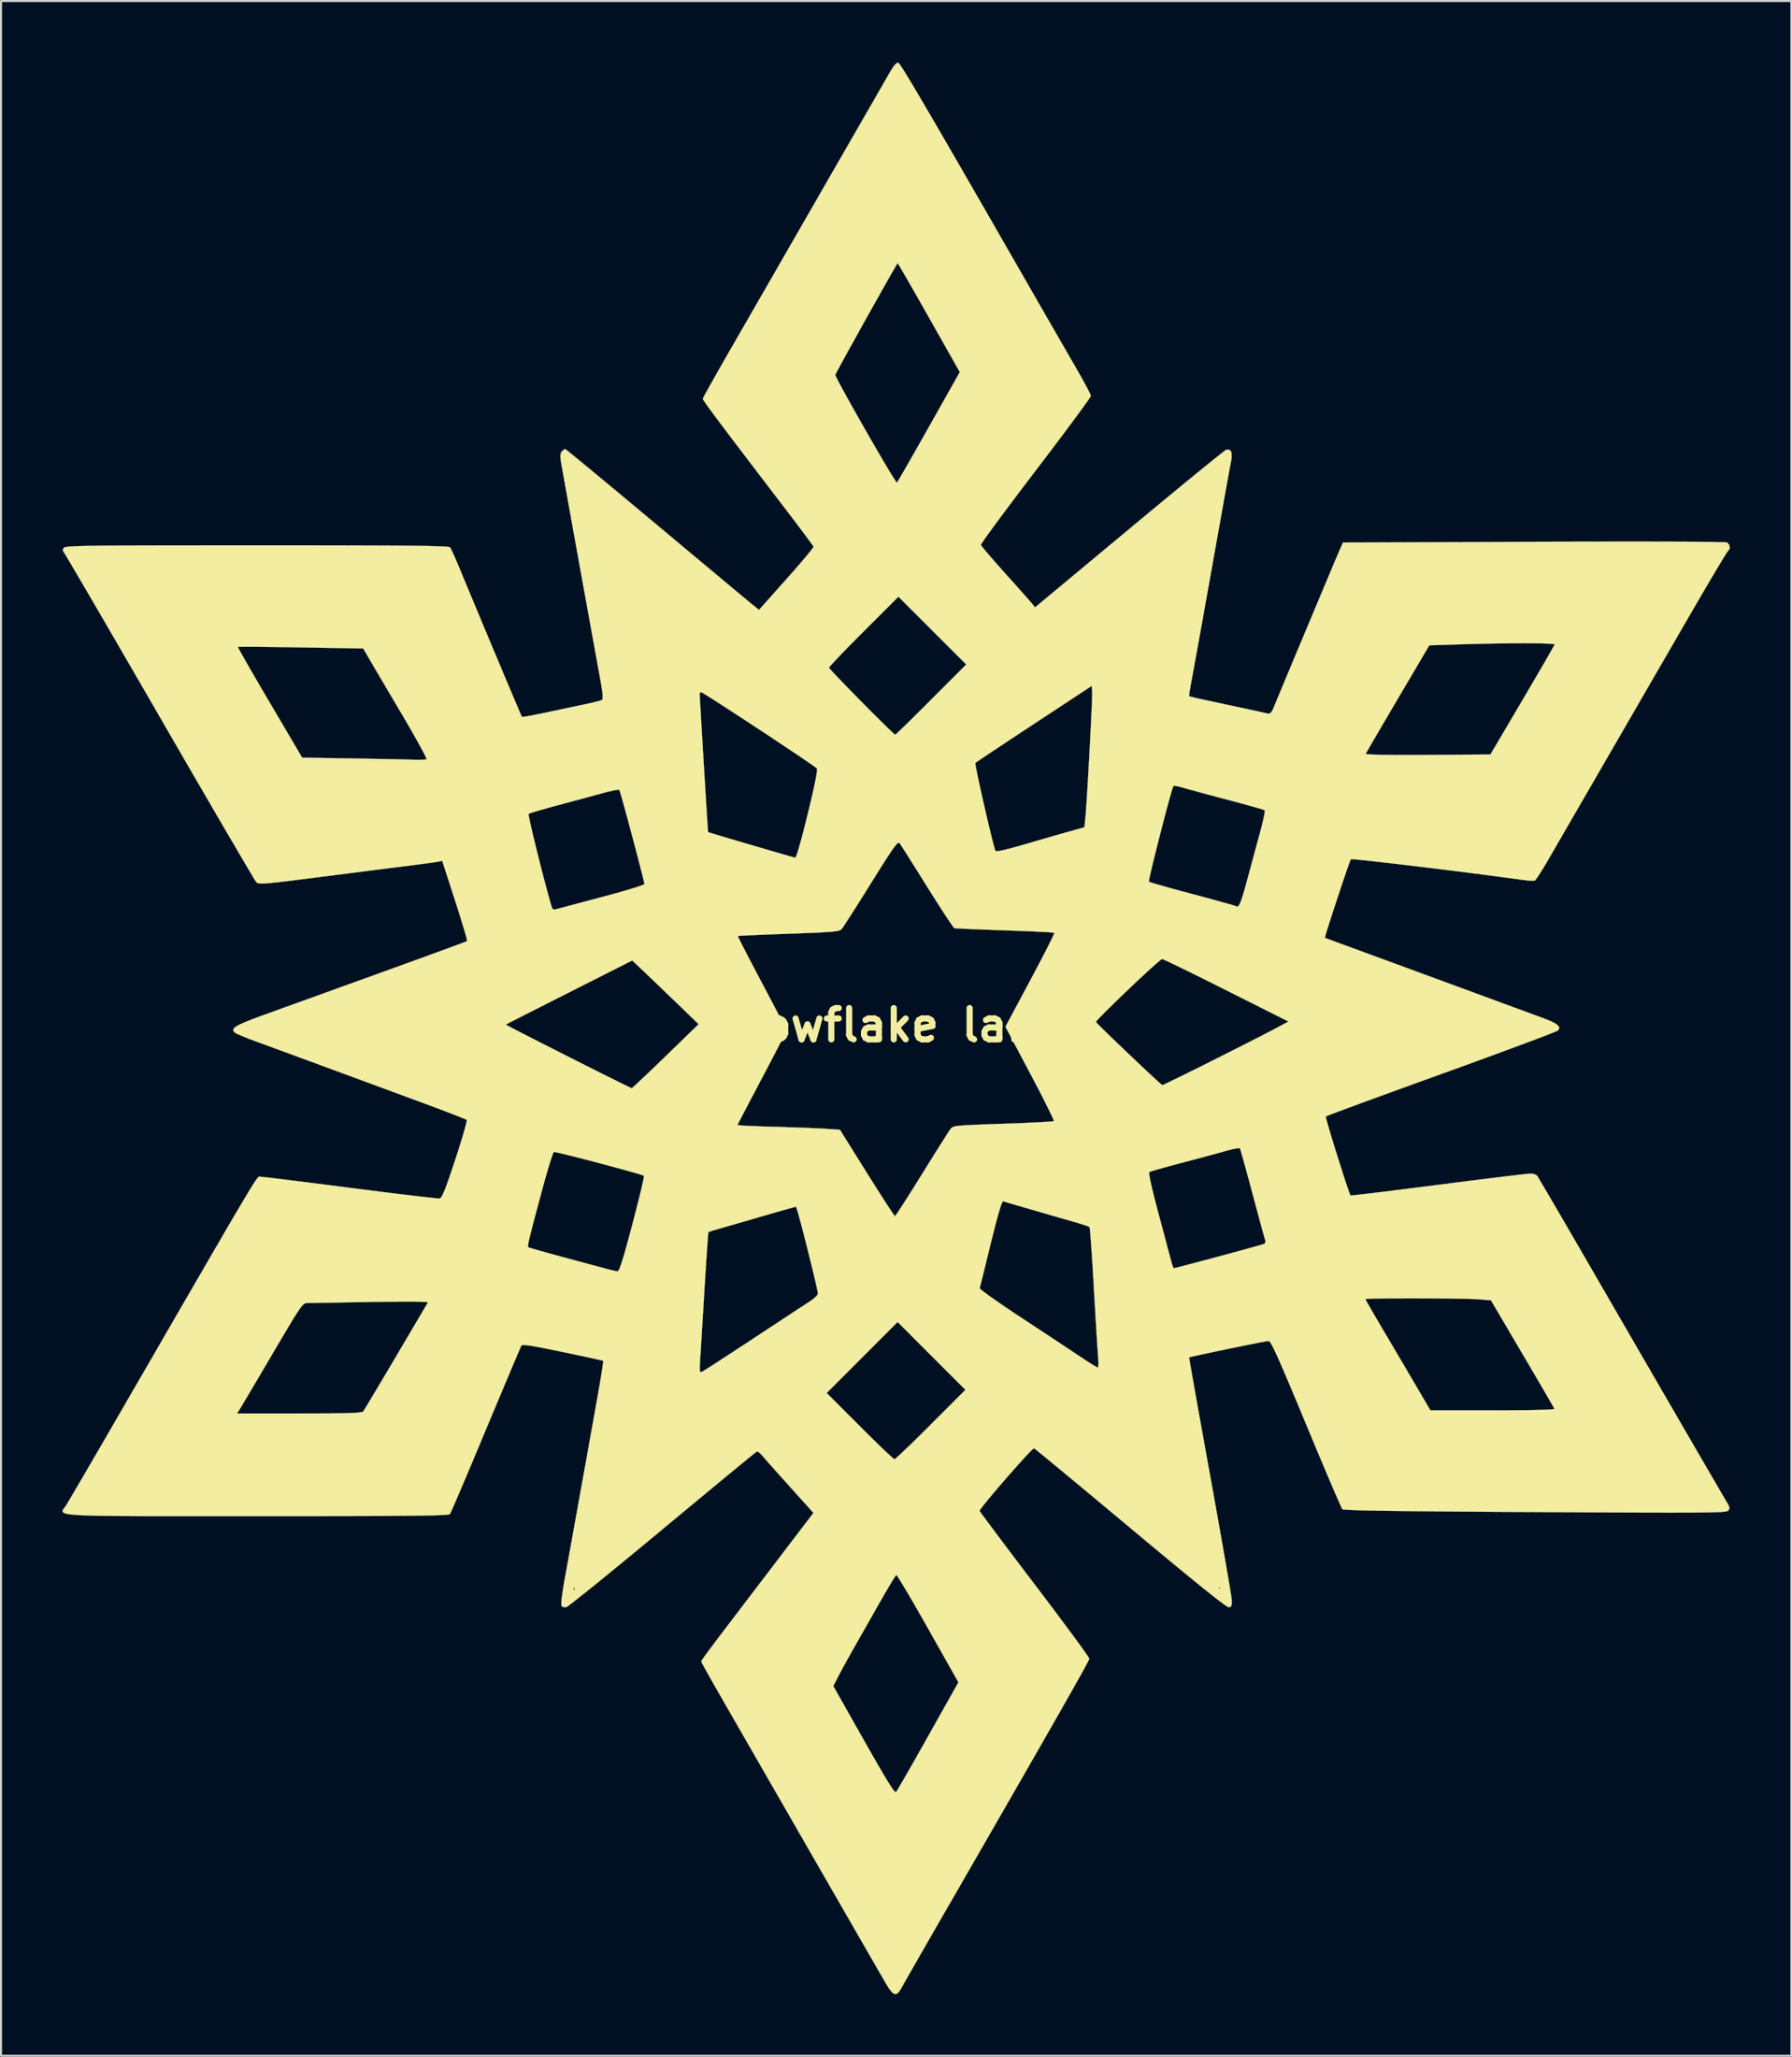
<source format=kicad_pcb>
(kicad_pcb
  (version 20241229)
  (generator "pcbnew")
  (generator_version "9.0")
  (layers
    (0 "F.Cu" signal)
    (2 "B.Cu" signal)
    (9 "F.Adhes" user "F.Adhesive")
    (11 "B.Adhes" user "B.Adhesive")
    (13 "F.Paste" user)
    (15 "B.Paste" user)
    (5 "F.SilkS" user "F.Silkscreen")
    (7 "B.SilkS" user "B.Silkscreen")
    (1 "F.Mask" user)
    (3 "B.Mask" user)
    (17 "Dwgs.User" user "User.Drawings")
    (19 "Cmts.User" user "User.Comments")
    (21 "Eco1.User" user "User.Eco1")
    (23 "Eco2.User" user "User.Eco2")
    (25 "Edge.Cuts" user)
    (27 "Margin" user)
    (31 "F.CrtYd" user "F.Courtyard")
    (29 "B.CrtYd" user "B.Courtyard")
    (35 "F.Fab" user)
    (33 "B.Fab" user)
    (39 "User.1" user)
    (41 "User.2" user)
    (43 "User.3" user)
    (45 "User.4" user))
  (footprint "snowflake large"
    (layer "F.Cu")
    (at 40.627 46.941)
    (property "Reference" "snowflake large" (at 0 0 0) (layer "F.SilkS") (effects (font (size 1.524 1.524) (thickness 0.3))))
    (attr through_hole)
    (fp_poly (pts (xy 0.172 -46.909) (xy 0.23 -46.835) (xy 0.317 -46.707) (xy 0.436 -46.52) (xy 0.591 -46.269) (xy 0.784 -45.949) (xy 1.019 -45.555) (xy 1.299 -45.081) (xy 1.626 -44.522) (xy 2.004 -43.874) (xy 2.436 -43.131) (xy 2.924 -42.287) (xy 3.472 -41.338) (xy 4.083 -40.279) (xy 4.76 -39.103) (xy 5.505 -37.807) (xy 6.323 -36.385) (xy 6.73 -35.675) (xy 7.084 -35.059) (xy 7.452 -34.421) (xy 7.815 -33.79) (xy 8.159 -33.194) (xy 8.465 -32.662) (xy 8.718 -32.224) (xy 8.8 -32.082) (xy 9.032 -31.677) (xy 9.234 -31.312) (xy 9.395 -31.011) (xy 9.502 -30.796) (xy 9.544 -30.689) (xy 9.544 -30.686) (xy 9.499 -30.606) (xy 9.368 -30.415) (xy 9.159 -30.125) (xy 8.882 -29.746) (xy 8.544 -29.289) (xy 8.154 -28.767) (xy 7.719 -28.19) (xy 7.249 -27.569) (xy 6.849 -27.044) (xy 6.357 -26.397) (xy 5.894 -25.785) (xy 5.469 -25.22) (xy 5.091 -24.712) (xy 4.766 -24.272) (xy 4.505 -23.913) (xy 4.314 -23.643) (xy 4.202 -23.476) (xy 4.175 -23.423) (xy 4.23 -23.342) (xy 4.374 -23.164) (xy 4.591 -22.907) (xy 4.867 -22.59) (xy 5.187 -22.229) (xy 5.349 -22.047) (xy 5.694 -21.663) (xy 6.012 -21.307) (xy 6.286 -20.998) (xy 6.499 -20.757) (xy 6.634 -20.603) (xy 6.663 -20.568) (xy 6.822 -20.375) (xy 11.428 -24.206) (xy 12.158 -24.813) (xy 12.856 -25.39) (xy 13.512 -25.932) (xy 14.116 -26.429) (xy 14.661 -26.875) (xy 15.136 -27.262) (xy 15.532 -27.582) (xy 15.84 -27.828) (xy 16.05 -27.993) (xy 16.154 -28.067) (xy 16.162 -28.071) (xy 16.323 -28.057) (xy 16.407 -27.916) (xy 16.41 -27.661) (xy 16.392 -27.554) (xy 16.362 -27.396) (xy 16.309 -27.108) (xy 16.236 -26.709) (xy 16.148 -26.22) (xy 16.047 -25.663) (xy 15.939 -25.057) (xy 15.862 -24.63) (xy 15.728 -23.882) (xy 15.581 -23.06) (xy 15.429 -22.209) (xy 15.28 -21.373) (xy 15.14 -20.595) (xy 15.02 -19.921) (xy 15.009 -19.858) (xy 14.899 -19.247) (xy 14.79 -18.642) (xy 14.687 -18.072) (xy 14.594 -17.566) (xy 14.519 -17.153) (xy 14.465 -16.864) (xy 14.405 -16.534) (xy 14.36 -16.266) (xy 14.336 -16.092) (xy 14.335 -16.042) (xy 14.414 -16.019) (xy 14.617 -15.97) (xy 14.917 -15.902) (xy 15.286 -15.821) (xy 15.472 -15.781) (xy 15.946 -15.679) (xy 16.442 -15.573) (xy 16.904 -15.474) (xy 17.278 -15.394) (xy 17.318 -15.385) (xy 17.649 -15.313) (xy 17.933 -15.25) (xy 18.13 -15.204) (xy 18.186 -15.19) (xy 18.296 -15.206) (xy 18.395 -15.339) (xy 18.443 -15.446) (xy 18.549 -15.701) (xy 18.7 -16.064) (xy 18.89 -16.519) (xy 19.111 -17.049) (xy 19.357 -17.637) (xy 19.62 -18.267) (xy 19.894 -18.92) (xy 20.171 -19.582) (xy 20.445 -20.234) (xy 20.708 -20.861) (xy 20.953 -21.446) (xy 21.174 -21.971) (xy 21.363 -22.419) (xy 21.513 -22.776) (xy 21.618 -23.022) (xy 21.668 -23.139) (xy 21.842 -23.533) (xy 31.145 -23.57) (xy 32.408 -23.574) (xy 33.611 -23.577) (xy 34.747 -23.579) (xy 35.807 -23.58) (xy 36.783 -23.579) (xy 37.667 -23.577) (xy 38.45 -23.574) (xy 39.123 -23.57) (xy 39.68 -23.565) (xy 40.111 -23.558) (xy 40.407 -23.551) (xy 40.562 -23.542) (xy 40.582 -23.539) (xy 40.682 -23.431) (xy 40.717 -23.285) (xy 40.675 -23.172) (xy 40.646 -23.155) (xy 40.594 -23.085) (xy 40.474 -22.895) (xy 40.291 -22.596) (xy 40.055 -22.203) (xy 39.773 -21.727) (xy 39.452 -21.181) (xy 39.099 -20.578) (xy 38.723 -19.931) (xy 38.637 -19.781) (xy 38.185 -19.001) (xy 37.675 -18.12) (xy 37.125 -17.17) (xy 36.555 -16.185) (xy 35.983 -15.196) (xy 35.427 -14.236) (xy 34.907 -13.338) (xy 34.582 -12.777) (xy 34.163 -12.052) (xy 33.748 -11.337) (xy 33.349 -10.647) (xy 32.974 -10) (xy 32.634 -9.412) (xy 32.339 -8.902) (xy 32.098 -8.485) (xy 31.92 -8.178) (xy 31.877 -8.103) (xy 31.667 -7.747) (xy 31.478 -7.441) (xy 31.326 -7.208) (xy 31.225 -7.073) (xy 31.199 -7.05) (xy 31.082 -7.042) (xy 30.861 -7.056) (xy 30.584 -7.089) (xy 30.584 -7.089) (xy 30.019 -7.167) (xy 29.386 -7.251) (xy 28.702 -7.341) (xy 27.982 -7.433) (xy 27.242 -7.526) (xy 26.498 -7.619) (xy 25.766 -7.708) (xy 25.061 -7.793) (xy 24.399 -7.871) (xy 23.797 -7.941) (xy 23.269 -8) (xy 22.833 -8.047) (xy 22.503 -8.079) (xy 22.296 -8.096) (xy 22.227 -8.095) (xy 22.191 -8.013) (xy 22.116 -7.809) (xy 22.011 -7.508) (xy 21.883 -7.133) (xy 21.74 -6.707) (xy 21.589 -6.254) (xy 21.438 -5.797) (xy 21.295 -5.36) (xy 21.169 -4.966) (xy 21.065 -4.638) (xy 20.993 -4.4) (xy 20.96 -4.276) (xy 20.959 -4.263) (xy 21.033 -4.234) (xy 21.23 -4.16) (xy 21.532 -4.048) (xy 21.918 -3.906) (xy 22.368 -3.741) (xy 22.668 -3.631) (xy 23.115 -3.467) (xy 23.681 -3.26) (xy 24.339 -3.019) (xy 25.063 -2.753) (xy 25.826 -2.472) (xy 26.603 -2.186) (xy 27.368 -1.905) (xy 27.632 -1.808) (xy 28.335 -1.549) (xy 29.018 -1.298) (xy 29.661 -1.061) (xy 30.247 -0.846) (xy 30.756 -0.659) (xy 31.169 -0.507) (xy 31.469 -0.397) (xy 31.592 -0.352) (xy 31.993 -0.193) (xy 32.252 -0.056) (xy 32.38 0.067) (xy 32.384 0.183) (xy 32.326 0.259) (xy 32.237 0.302) (xy 32.014 0.393) (xy 31.669 0.527) (xy 31.214 0.7) (xy 30.659 0.908) (xy 30.015 1.147) (xy 29.295 1.412) (xy 28.51 1.7) (xy 27.67 2.006) (xy 26.788 2.326) (xy 26.632 2.382) (xy 25.745 2.702) (xy 24.901 3.008) (xy 24.11 3.296) (xy 23.384 3.561) (xy 22.733 3.799) (xy 22.17 4.007) (xy 21.704 4.18) (xy 21.348 4.313) (xy 21.112 4.404) (xy 21.007 4.447) (xy 21.003 4.45) (xy 21.016 4.53) (xy 21.07 4.732) (xy 21.157 5.034) (xy 21.269 5.41) (xy 21.4 5.839) (xy 21.542 6.295) (xy 21.687 6.755) (xy 21.828 7.196) (xy 21.957 7.594) (xy 22.068 7.925) (xy 22.153 8.165) (xy 22.204 8.291) (xy 22.211 8.303) (xy 22.29 8.299) (xy 22.508 8.276) (xy 22.851 8.237) (xy 23.305 8.183) (xy 23.857 8.116) (xy 24.492 8.037) (xy 25.197 7.949) (xy 25.959 7.852) (xy 26.497 7.783) (xy 27.296 7.681) (xy 28.055 7.585) (xy 28.759 7.497) (xy 29.393 7.418) (xy 29.943 7.352) (xy 30.393 7.298) (xy 30.729 7.26) (xy 30.936 7.239) (xy 30.994 7.235) (xy 31.187 7.264) (xy 31.309 7.331) (xy 31.36 7.414) (xy 31.482 7.617) (xy 31.667 7.931) (xy 31.908 8.342) (xy 32.199 8.84) (xy 32.533 9.412) (xy 32.902 10.047) (xy 33.3 10.733) (xy 33.72 11.458) (xy 33.749 11.507) (xy 34.633 13.033) (xy 35.464 14.468) (xy 36.241 15.81) (xy 36.962 17.053) (xy 37.624 18.196) (xy 38.227 19.235) (xy 38.768 20.167) (xy 39.245 20.989) (xy 39.656 21.696) (xy 40 22.286) (xy 40.274 22.757) (xy 40.477 23.103) (xy 40.607 23.323) (xy 40.66 23.412) (xy 40.703 23.554) (xy 40.642 23.665) (xy 40.618 23.684) (xy 40.572 23.701) (xy 40.497 23.715) (xy 40.384 23.728) (xy 40.225 23.739) (xy 40.013 23.748) (xy 39.738 23.755) (xy 39.394 23.76) (xy 38.972 23.764) (xy 38.464 23.766) (xy 37.862 23.767) (xy 37.158 23.766) (xy 36.344 23.764) (xy 35.411 23.76) (xy 34.352 23.756) (xy 33.159 23.75) (xy 31.823 23.743) (xy 31.218 23.739) (xy 29.706 23.731) (xy 28.342 23.722) (xy 27.123 23.713) (xy 26.043 23.703) (xy 25.098 23.694) (xy 24.284 23.684) (xy 23.594 23.674) (xy 23.024 23.663) (xy 22.57 23.651) (xy 22.227 23.639) (xy 21.989 23.626) (xy 21.853 23.612) (xy 21.814 23.601) (xy 21.769 23.516) (xy 21.672 23.301) (xy 21.527 22.97) (xy 21.339 22.536) (xy 21.115 22.011) (xy 20.861 21.409) (xy 20.58 20.742) (xy 20.28 20.024) (xy 20.043 19.455) (xy 19.673 18.565) (xy 19.356 17.808) (xy 19.087 17.175) (xy 18.864 16.655) (xy 18.681 16.24) (xy 18.535 15.92) (xy 18.42 15.685) (xy 18.333 15.526) (xy 18.269 15.433) (xy 18.224 15.396) (xy 18.215 15.395) (xy 18.114 15.41) (xy 17.891 15.451) (xy 17.569 15.514) (xy 17.173 15.593) (xy 16.729 15.683) (xy 16.261 15.779) (xy 15.794 15.877) (xy 15.353 15.97) (xy 14.962 16.053) (xy 14.646 16.123) (xy 14.429 16.172) (xy 14.338 16.197) (xy 14.337 16.198) (xy 14.347 16.274) (xy 14.383 16.49) (xy 14.443 16.834) (xy 14.524 17.294) (xy 14.624 17.859) (xy 14.741 18.517) (xy 14.873 19.256) (xy 15.019 20.065) (xy 15.175 20.932) (xy 15.34 21.845) (xy 15.358 21.942) (xy 15.525 22.869) (xy 15.685 23.758) (xy 15.834 24.598) (xy 15.972 25.375) (xy 16.094 26.077) (xy 16.2 26.69) (xy 16.288 27.204) (xy 16.354 27.604) (xy 16.397 27.878) (xy 16.414 28.015) (xy 16.415 28.017) (xy 16.416 28.235) (xy 16.379 28.343) (xy 16.289 28.383) (xy 16.279 28.385) (xy 16.201 28.35) (xy 16.031 28.236) (xy 15.767 28.038) (xy 15.405 27.756) (xy 15.01 27.44) (xy 15.779 27.44) (xy 15.817 27.478) (xy 15.856 27.44) (xy 15.817 27.401) (xy 15.779 27.44) (xy 15.01 27.44) (xy 14.944 27.386) (xy 14.379 26.927) (xy 13.707 26.376) (xy 12.927 25.731) (xy 12.035 24.989) (xy 11.47 24.517) (xy 10.739 23.907) (xy 10.042 23.326) (xy 9.388 22.782) (xy 8.787 22.282) (xy 8.246 21.834) (xy 7.776 21.446) (xy 7.385 21.124) (xy 7.082 20.876) (xy 6.877 20.71) (xy 6.777 20.633) (xy 6.769 20.628) (xy 6.696 20.683) (xy 6.54 20.838) (xy 6.32 21.072) (xy 6.052 21.367) (xy 5.751 21.705) (xy 5.434 22.066) (xy 5.118 22.431) (xy 4.818 22.783) (xy 4.552 23.101) (xy 4.335 23.368) (xy 4.184 23.564) (xy 4.115 23.671) (xy 4.113 23.683) (xy 4.165 23.761) (xy 4.303 23.951) (xy 4.517 24.24) (xy 4.799 24.618) (xy 5.141 25.073) (xy 5.533 25.595) (xy 5.969 26.171) (xy 6.438 26.79) (xy 6.809 27.279) (xy 7.299 27.924) (xy 7.759 28.535) (xy 8.181 29.099) (xy 8.558 29.607) (xy 8.881 30.046) (xy 9.141 30.405) (xy 9.331 30.674) (xy 9.441 30.84) (xy 9.467 30.89) (xy 9.444 30.949) (xy 9.372 31.091) (xy 9.25 31.318) (xy 9.076 31.634) (xy 8.847 32.043) (xy 8.563 32.547) (xy 8.221 33.15) (xy 7.819 33.856) (xy 7.355 34.667) (xy 6.828 35.588) (xy 6.235 36.621) (xy 5.575 37.77) (xy 4.845 39.038) (xy 4.044 40.429) (xy 3.17 41.946) (xy 2.22 43.592) (xy 2.07 43.853) (xy 1.718 44.463) (xy 1.386 45.041) (xy 1.081 45.572) (xy 0.813 46.041) (xy 0.591 46.431) (xy 0.424 46.726) (xy 0.321 46.91) (xy 0.299 46.951) (xy 0.162 47.165) (xy 0.031 47.251) (xy -0.109 47.203) (xy -0.273 47.018) (xy -0.448 46.74) (xy -0.556 46.554) (xy -0.733 46.247) (xy -0.974 45.829) (xy -1.272 45.313) (xy -1.619 44.71) (xy -2.01 44.031) (xy -2.438 43.288) (xy -2.895 42.494) (xy -3.376 41.659) (xy -3.874 40.794) (xy -4.381 39.913) (xy -4.892 39.026) (xy -5.399 38.144) (xy -5.896 37.28) (xy -6.377 36.446) (xy -6.834 35.651) (xy -7.261 34.91) (xy -7.65 34.232) (xy -7.997 33.629) (xy -8.293 33.114) (xy -8.532 32.697) (xy -8.708 32.391) (xy -8.787 32.254) (xy -8.803 32.226) (xy -3.023 32.226) (xy -1.535 34.857) (xy -1.144 35.546) (xy -0.82 36.11) (xy -0.558 36.558) (xy -0.352 36.899) (xy -0.195 37.144) (xy -0.082 37.302) (xy -0.006 37.382) (xy 0.038 37.394) (xy 0.042 37.39) (xy 0.099 37.303) (xy 0.222 37.097) (xy 0.403 36.786) (xy 0.632 36.387) (xy 0.902 35.913) (xy 1.204 35.381) (xy 1.529 34.805) (xy 1.607 34.666) (xy 3.082 32.041) (xy 1.599 29.413) (xy 1.27 28.835) (xy 0.964 28.301) (xy 0.688 27.828) (xy 0.451 27.427) (xy 0.262 27.115) (xy 0.128 26.904) (xy 0.058 26.81) (xy 0.052 26.807) (xy -0.003 26.877) (xy -0.122 27.062) (xy -0.292 27.343) (xy -0.502 27.7) (xy -0.741 28.114) (xy -0.862 28.327) (xy -1.14 28.818) (xy -1.422 29.315) (xy -1.689 29.785) (xy -1.922 30.195) (xy -2.101 30.51) (xy -2.127 30.557) (xy -2.331 30.919) (xy -2.535 31.29) (xy -2.709 31.615) (xy -2.783 31.757) (xy -3.023 32.226) (xy -8.803 32.226) (xy -9.006 31.869) (xy -9.196 31.53) (xy -9.344 31.26) (xy -9.439 31.081) (xy -9.467 31.017) (xy -9.423 30.944) (xy -9.298 30.767) (xy -9.108 30.507) (xy -8.866 30.183) (xy -8.587 29.812) (xy -8.524 29.73) (xy -8.251 29.372) (xy -7.903 28.915) (xy -7.499 28.384) (xy -7.057 27.804) (xy -6.595 27.198) (xy -6.133 26.592) (xy -5.786 26.136) (xy -3.991 23.78) (xy -5.209 22.427) (xy -5.56 22.036) (xy -5.882 21.676) (xy -6.159 21.365) (xy -6.374 21.121) (xy -6.512 20.963) (xy -6.55 20.917) (xy -6.671 20.81) (xy -6.756 20.791) (xy -6.827 20.844) (xy -7.006 20.987) (xy -7.286 21.215) (xy -7.656 21.517) (xy -8.107 21.888) (xy -8.63 22.319) (xy -9.216 22.804) (xy -9.855 23.333) (xy -10.539 23.9) (xy -11.257 24.496) (xy -11.366 24.587) (xy -12.09 25.188) (xy -12.784 25.761) (xy -13.436 26.297) (xy -14.038 26.789) (xy -14.58 27.229) (xy -15.053 27.61) (xy -15.447 27.923) (xy -15.753 28.162) (xy -15.961 28.319) (xy -16.061 28.385) (xy -16.066 28.386) (xy -16.231 28.365) (xy -16.288 28.292) (xy -16.292 28.173) (xy -16.27 27.934) (xy -16.226 27.606) (xy -16.205 27.478) (xy -15.702 27.478) (xy -15.674 27.542) (xy -15.651 27.529) (xy -15.641 27.438) (xy -15.651 27.427) (xy -15.696 27.437) (xy -15.702 27.478) (xy -16.205 27.478) (xy -16.163 27.219) (xy -16.137 27.07) (xy -16.054 26.615) (xy -15.948 26.031) (xy -15.823 25.342) (xy -15.684 24.572) (xy -15.534 23.743) (xy -15.379 22.88) (xy -15.222 22.006) (xy -15.066 21.144) (xy -14.918 20.316) (xy -14.78 19.548) (xy -14.657 18.862) (xy -14.554 18.281) (xy -14.502 17.99) (xy -14.492 17.934) (xy -3.347 17.934) (xy -1.732 19.55) (xy -1.322 19.958) (xy -0.945 20.328) (xy -0.615 20.647) (xy -0.346 20.901) (xy -0.153 21.077) (xy -0.05 21.161) (xy -0.039 21.167) (xy 0.033 21.114) (xy 0.2 20.965) (xy 0.447 20.733) (xy 0.761 20.432) (xy 1.128 20.073) (xy 1.534 19.671) (xy 1.732 19.473) (xy 3.424 17.78) (xy 1.769 16.125) (xy 0.115 14.47) (xy -1.616 16.202) (xy -3.347 17.934) (xy -14.492 17.934) (xy -14.419 17.514) (xy -14.349 17.092) (xy -14.3 16.785) (xy -9.537 16.785) (xy -9.519 16.893) (xy -9.479 16.921) (xy -9.454 16.915) (xy -9.367 16.864) (xy -9.166 16.738) (xy -8.866 16.547) (xy -8.484 16.299) (xy -8.033 16.006) (xy -7.528 15.676) (xy -6.985 15.319) (xy -6.962 15.304) (xy -6.402 14.935) (xy -5.866 14.583) (xy -5.373 14.258) (xy -4.939 13.973) (xy -4.582 13.739) (xy -4.32 13.568) (xy -4.176 13.474) (xy -3.964 13.32) (xy -3.817 13.181) (xy -3.772 13.099) (xy -3.789 12.981) (xy -3.822 12.825) (xy 4.119 12.825) (xy 4.174 12.886) (xy 4.344 13.021) (xy 4.613 13.218) (xy 4.967 13.466) (xy 5.39 13.756) (xy 5.867 14.077) (xy 6.183 14.285) (xy 6.733 14.647) (xy 7.28 15.007) (xy 7.8 15.351) (xy 8.271 15.662) (xy 8.667 15.925) (xy 8.967 16.124) (xy 9.044 16.176) (xy 9.348 16.376) (xy 9.607 16.542) (xy 9.793 16.654) (xy 9.88 16.697) (xy 9.88 16.697) (xy 9.908 16.631) (xy 9.915 16.451) (xy 9.901 16.221) (xy 9.887 16.035) (xy 9.865 15.716) (xy 9.837 15.284) (xy 9.805 14.759) (xy 9.769 14.164) (xy 9.731 13.517) (xy 9.722 13.357) (xy 22.937 13.357) (xy 22.974 13.432) (xy 23.08 13.621) (xy 23.241 13.903) (xy 23.449 14.26) (xy 23.691 14.673) (xy 23.834 14.916) (xy 24.148 15.447) (xy 24.488 16.023) (xy 24.828 16.6) (xy 25.142 17.135) (xy 25.405 17.583) (xy 25.419 17.607) (xy 26.107 18.781) (xy 29.146 18.781) (xy 29.952 18.779) (xy 30.644 18.773) (xy 31.215 18.765) (xy 31.658 18.753) (xy 31.966 18.738) (xy 32.132 18.72) (xy 32.161 18.707) (xy 32.117 18.626) (xy 32.004 18.428) (xy 31.829 18.126) (xy 31.602 17.736) (xy 31.331 17.272) (xy 31.025 16.748) (xy 30.691 16.181) (xy 30.598 16.023) (xy 29.062 13.413) (xy 28.443 13.365) (xy 28.215 13.353) (xy 27.879 13.342) (xy 27.455 13.334) (xy 26.964 13.327) (xy 26.426 13.322) (xy 25.864 13.319) (xy 25.297 13.317) (xy 24.746 13.318) (xy 24.232 13.32) (xy 23.776 13.325) (xy 23.399 13.331) (xy 23.122 13.339) (xy 22.965 13.35) (xy 22.937 13.357) (xy 9.722 13.357) (xy 9.692 12.84) (xy 9.691 12.815) (xy 9.653 12.16) (xy 9.615 11.552) (xy 9.58 11.011) (xy 9.547 10.553) (xy 9.519 10.194) (xy 9.496 9.952) (xy 9.479 9.845) (xy 9.478 9.841) (xy 9.386 9.8) (xy 9.183 9.73) (xy 8.901 9.642) (xy 8.736 9.594) (xy 8.284 9.464) (xy 7.794 9.323) (xy 7.29 9.178) (xy 6.796 9.034) (xy 6.333 8.9) (xy 5.925 8.781) (xy 5.595 8.685) (xy 5.366 8.617) (xy 5.261 8.585) (xy 5.26 8.585) (xy 5.212 8.648) (xy 5.134 8.861) (xy 5.026 9.222) (xy 4.889 9.728) (xy 4.724 10.378) (xy 4.658 10.646) (xy 4.524 11.193) (xy 4.401 11.693) (xy 4.294 12.126) (xy 4.208 12.472) (xy 4.148 12.71) (xy 4.12 12.821) (xy 4.119 12.825) (xy -3.822 12.825) (xy -3.839 12.743) (xy -3.915 12.41) (xy -4.012 12.005) (xy -4.123 11.549) (xy -4.243 11.066) (xy -4.365 10.579) (xy -4.486 10.111) (xy -4.597 9.685) (xy -4.695 9.324) (xy -4.772 9.051) (xy -4.824 8.888) (xy -4.841 8.852) (xy -4.929 8.872) (xy -5.141 8.93) (xy -5.457 9.019) (xy -5.855 9.132) (xy -6.311 9.264) (xy -6.509 9.321) (xy -7.017 9.469) (xy -7.507 9.611) (xy -7.949 9.739) (xy -8.311 9.843) (xy -8.564 9.916) (xy -8.605 9.927) (xy -8.856 10.001) (xy -9.041 10.061) (xy -9.116 10.093) (xy -9.126 10.174) (xy -9.145 10.391) (xy -9.17 10.726) (xy -9.2 11.162) (xy -9.234 11.681) (xy -9.271 12.266) (xy -9.305 12.815) (xy -9.345 13.482) (xy -9.384 14.131) (xy -9.422 14.74) (xy -9.455 15.284) (xy -9.484 15.738) (xy -9.505 16.08) (xy -9.516 16.233) (xy -9.535 16.573) (xy -9.537 16.785) (xy -14.3 16.785) (xy -14.294 16.747) (xy -14.259 16.501) (xy -14.246 16.376) (xy -14.248 16.365) (xy -14.328 16.344) (xy -14.539 16.295) (xy -14.86 16.224) (xy -15.271 16.135) (xy -15.752 16.033) (xy -16.229 15.933) (xy -16.854 15.804) (xy -17.343 15.708) (xy -17.71 15.642) (xy -17.969 15.605) (xy -18.135 15.594) (xy -18.222 15.607) (xy -18.24 15.621) (xy -18.28 15.708) (xy -18.373 15.925) (xy -18.515 16.257) (xy -18.7 16.692) (xy -18.921 17.217) (xy -19.174 17.818) (xy -19.454 18.484) (xy -19.754 19.2) (xy -19.976 19.731) (xy -20.287 20.476) (xy -20.583 21.178) (xy -20.856 21.827) (xy -21.102 22.407) (xy -21.316 22.907) (xy -21.491 23.314) (xy -21.621 23.614) (xy -21.703 23.794) (xy -21.727 23.841) (xy -21.768 23.856) (xy -21.87 23.87) (xy -22.04 23.882) (xy -22.285 23.892) (xy -22.612 23.902) (xy -23.028 23.91) (xy -23.54 23.916) (xy -24.154 23.922) (xy -24.878 23.927) (xy -25.717 23.931) (xy -26.68 23.934) (xy -27.773 23.936) (xy -29.002 23.937) (xy -30.375 23.937) (xy -31.134 23.938) (xy -32.557 23.938) (xy -33.834 23.938) (xy -34.972 23.938) (xy -35.979 23.937) (xy -36.863 23.936) (xy -37.631 23.932) (xy -38.291 23.927) (xy -38.85 23.919) (xy -39.316 23.908) (xy -39.698 23.894) (xy -40.001 23.877) (xy -40.235 23.855) (xy -40.406 23.829) (xy -40.522 23.798) (xy -40.592 23.761) (xy -40.622 23.719) (xy -40.62 23.671) (xy -40.594 23.616) (xy -40.551 23.554) (xy -40.499 23.484) (xy -40.457 23.424) (xy -40.384 23.303) (xy -40.241 23.063) (xy -40.036 22.715) (xy -39.777 22.273) (xy -39.472 21.75) (xy -39.128 21.159) (xy -38.752 20.513) (xy -38.353 19.825) (xy -38.06 19.319) (xy -37.837 18.935) (xy -32.114 18.935) (xy -29.074 18.935) (xy -28.267 18.933) (xy -27.601 18.93) (xy -27.067 18.923) (xy -26.652 18.914) (xy -26.345 18.901) (xy -26.134 18.884) (xy -26.008 18.863) (xy -25.957 18.838) (xy -25.907 18.758) (xy -25.787 18.562) (xy -25.61 18.266) (xy -25.383 17.886) (xy -25.117 17.44) (xy -24.821 16.942) (xy -24.506 16.411) (xy -24.181 15.861) (xy -23.855 15.31) (xy -23.539 14.773) (xy -23.241 14.268) (xy -22.973 13.811) (xy -22.799 13.515) (xy -22.863 13.498) (xy -23.07 13.486) (xy -23.409 13.479) (xy -23.868 13.477) (xy -24.437 13.48) (xy -25.105 13.487) (xy -25.599 13.495) (xy -26.256 13.507) (xy -26.872 13.518) (xy -27.429 13.527) (xy -27.907 13.535) (xy -28.288 13.541) (xy -28.553 13.545) (xy -28.683 13.546) (xy -28.747 13.55) (xy -28.809 13.57) (xy -28.877 13.617) (xy -28.96 13.705) (xy -29.065 13.846) (xy -29.203 14.053) (xy -29.381 14.337) (xy -29.607 14.712) (xy -29.891 15.189) (xy -30.241 15.782) (xy -30.409 16.067) (xy -30.746 16.64) (xy -31.062 17.176) (xy -31.348 17.659) (xy -31.594 18.075) (xy -31.791 18.407) (xy -31.93 18.639) (xy -32 18.756) (xy -32.004 18.761) (xy -32.114 18.935) (xy -37.837 18.935) (xy -37.203 17.839) (xy -36.419 16.486) (xy -35.706 15.254) (xy -35.061 14.139) (xy -34.478 13.133) (xy -33.956 12.233) (xy -33.491 11.431) (xy -33.122 10.795) (xy -17.922 10.795) (xy -17.914 10.821) (xy -17.831 10.852) (xy -17.621 10.916) (xy -17.305 11.007) (xy -16.904 11.119) (xy -16.439 11.247) (xy -16.153 11.324) (xy -15.636 11.463) (xy -15.147 11.595) (xy -14.712 11.712) (xy -14.358 11.807) (xy -14.114 11.874) (xy -14.047 11.892) (xy -13.803 11.954) (xy -13.61 11.994) (xy -13.547 12.002) (xy -13.502 11.966) (xy -13.443 11.847) (xy -13.366 11.634) (xy -13.266 11.316) (xy -13.141 10.881) (xy -12.987 10.318) (xy -12.822 9.698) (xy -12.673 9.127) (xy -12.54 8.604) (xy -12.427 8.148) (xy -12.34 7.777) (xy -12.282 7.51) (xy -12.257 7.364) (xy -12.259 7.343) (xy -12.346 7.308) (xy -12.56 7.242) (xy -12.876 7.151) (xy -13.273 7.041) (xy -13.726 6.917) (xy -14.214 6.786) (xy -14.713 6.654) (xy -15.2 6.527) (xy -15.652 6.411) (xy -16.047 6.313) (xy -16.361 6.237) (xy -16.572 6.191) (xy -16.655 6.18) (xy -16.697 6.259) (xy -16.771 6.465) (xy -16.871 6.777) (xy -16.989 7.173) (xy -17.119 7.631) (xy -17.18 7.856) (xy -17.383 8.608) (xy -17.548 9.224) (xy -17.678 9.717) (xy -17.777 10.101) (xy -17.848 10.388) (xy -17.893 10.59) (xy -17.917 10.722) (xy -17.922 10.795) (xy -33.122 10.795) (xy -33.079 10.723) (xy -32.718 10.102) (xy -32.403 9.562) (xy -32.131 9.099) (xy -31.899 8.706) (xy -31.703 8.377) (xy -31.541 8.107) (xy -31.408 7.891) (xy -31.301 7.722) (xy -31.218 7.594) (xy -31.153 7.503) (xy -31.105 7.441) (xy -31.07 7.404) (xy -31.044 7.386) (xy -31.023 7.382) (xy -31.005 7.384) (xy -30.987 7.388) (xy -30.975 7.389) (xy -30.867 7.399) (xy -30.621 7.426) (xy -30.251 7.47) (xy -29.772 7.529) (xy -29.199 7.6) (xy -28.546 7.682) (xy -27.827 7.773) (xy -27.057 7.871) (xy -26.585 7.932) (xy -25.794 8.033) (xy -25.046 8.127) (xy -24.356 8.213) (xy -23.737 8.288) (xy -23.205 8.351) (xy -22.774 8.4) (xy -22.459 8.434) (xy -22.272 8.45) (xy -22.229 8.451) (xy -22.174 8.417) (xy -22.109 8.323) (xy -22.028 8.152) (xy -21.924 7.891) (xy -21.791 7.524) (xy -21.625 7.037) (xy -21.464 6.554) (xy -21.298 6.044) (xy -21.155 5.583) (xy -21.038 5.189) (xy -20.955 4.882) (xy -20.952 4.869) (xy -7.697 4.869) (xy -7.624 4.881) (xy -7.417 4.896) (xy -7.1 4.912) (xy -6.691 4.929) (xy -6.214 4.945) (xy -5.869 4.955) (xy -5.307 4.972) (xy -4.753 4.991) (xy -4.24 5.01) (xy -3.802 5.029) (xy -3.471 5.046) (xy -3.37 5.053) (xy -2.699 5.099) (xy -1.382 7.206) (xy -1.062 7.716) (xy -0.766 8.182) (xy -0.506 8.587) (xy -0.29 8.917) (xy -0.13 9.156) (xy -0.035 9.288) (xy -0.013 9.31) (xy 0.038 9.247) (xy 0.161 9.068) (xy 0.343 8.789) (xy 0.576 8.426) (xy 0.848 7.995) (xy 1.151 7.511) (xy 1.308 7.258) (xy 1.314 7.249) (xy 12.387 7.249) (xy 12.424 7.487) (xy 12.508 7.87) (xy 12.636 8.396) (xy 12.81 9.065) (xy 12.857 9.242) (xy 13.005 9.793) (xy 13.143 10.309) (xy 13.265 10.767) (xy 13.366 11.145) (xy 13.439 11.419) (xy 13.477 11.565) (xy 13.534 11.748) (xy 13.583 11.848) (xy 13.592 11.853) (xy 13.674 11.834) (xy 13.885 11.78) (xy 14.207 11.696) (xy 14.621 11.587) (xy 15.109 11.458) (xy 15.65 11.313) (xy 15.791 11.275) (xy 16.345 11.126) (xy 16.852 10.988) (xy 17.291 10.867) (xy 17.645 10.767) (xy 17.893 10.695) (xy 18.016 10.656) (xy 18.024 10.652) (xy 18.066 10.552) (xy 18.053 10.487) (xy 18.022 10.384) (xy 17.956 10.153) (xy 17.862 9.812) (xy 17.745 9.383) (xy 17.61 8.884) (xy 17.463 8.336) (xy 17.431 8.216) (xy 17.283 7.664) (xy 17.146 7.16) (xy 17.026 6.723) (xy 16.928 6.374) (xy 16.858 6.13) (xy 16.821 6.012) (xy 16.818 6.004) (xy 16.732 5.996) (xy 16.537 6.027) (xy 16.27 6.092) (xy 16.184 6.115) (xy 15.921 6.189) (xy 15.544 6.292) (xy 15.086 6.416) (xy 14.584 6.55) (xy 14.071 6.686) (xy 14.032 6.696) (xy 13.562 6.821) (xy 13.142 6.936) (xy 12.793 7.033) (xy 12.541 7.107) (xy 12.408 7.151) (xy 12.395 7.156) (xy 12.387 7.249) (xy 1.314 7.249) (xy 1.627 6.745) (xy 1.924 6.269) (xy 2.19 5.847) (xy 2.412 5.496) (xy 2.581 5.234) (xy 2.684 5.078) (xy 2.706 5.048) (xy 2.749 5.003) (xy 2.807 4.966) (xy 2.898 4.937) (xy 3.039 4.912) (xy 3.247 4.892) (xy 3.537 4.873) (xy 3.927 4.855) (xy 4.432 4.835) (xy 5.071 4.813) (xy 5.263 4.807) (xy 5.859 4.786) (xy 6.406 4.763) (xy 6.883 4.741) (xy 7.273 4.72) (xy 7.556 4.701) (xy 7.714 4.684) (xy 7.74 4.678) (xy 7.717 4.6) (xy 7.629 4.404) (xy 7.484 4.104) (xy 7.291 3.717) (xy 7.057 3.258) (xy 6.79 2.745) (xy 6.582 2.351) (xy 5.376 0.074) (xy 5.499 -0.156) (xy 9.792 -0.156) (xy 9.854 -0.085) (xy 10.011 0.073) (xy 10.244 0.303) (xy 10.537 0.587) (xy 10.872 0.91) (xy 11.233 1.255) (xy 11.603 1.606) (xy 11.963 1.947) (xy 12.297 2.261) (xy 12.588 2.532) (xy 12.819 2.743) (xy 12.972 2.879) (xy 13.029 2.923) (xy 13.11 2.89) (xy 13.312 2.795) (xy 13.619 2.647) (xy 14.015 2.453) (xy 14.484 2.221) (xy 15.011 1.96) (xy 15.492 1.718) (xy 16.088 1.419) (xy 16.668 1.125) (xy 17.212 0.85) (xy 17.698 0.602) (xy 18.103 0.394) (xy 18.407 0.237) (xy 18.54 0.166) (xy 19.185 -0.179) (xy 16.154 -1.702) (xy 15.519 -2.02) (xy 14.925 -2.316) (xy 14.385 -2.582) (xy 13.915 -2.812) (xy 13.529 -2.998) (xy 13.241 -3.134) (xy 13.066 -3.212) (xy 13.019 -3.229) (xy 12.941 -3.179) (xy 12.773 -3.038) (xy 12.53 -2.823) (xy 12.23 -2.55) (xy 11.891 -2.235) (xy 11.529 -1.894) (xy 11.161 -1.544) (xy 10.805 -1.2) (xy 10.477 -0.88) (xy 10.195 -0.599) (xy 9.975 -0.374) (xy 9.835 -0.221) (xy 9.792 -0.156) (xy 5.499 -0.156) (xy 6.025 -1.137) (xy 6.482 -1.991) (xy 6.866 -2.714) (xy 7.179 -3.309) (xy 7.422 -3.781) (xy 7.598 -4.133) (xy 7.709 -4.368) (xy 7.755 -4.489) (xy 7.755 -4.509) (xy 7.672 -4.52) (xy 7.454 -4.535) (xy 7.12 -4.553) (xy 6.689 -4.574) (xy 6.18 -4.595) (xy 5.611 -4.616) (xy 5.341 -4.626) (xy 4.75 -4.647) (xy 4.206 -4.667) (xy 3.731 -4.687) (xy 3.343 -4.704) (xy 3.062 -4.718) (xy 2.906 -4.728) (xy 2.883 -4.731) (xy 2.824 -4.8) (xy 2.694 -4.984) (xy 2.505 -5.267) (xy 2.267 -5.632) (xy 1.991 -6.063) (xy 1.686 -6.545) (xy 1.561 -6.746) (xy 1.39 -7.018) (xy 12.373 -7.018) (xy 12.374 -6.996) (xy 12.461 -6.964) (xy 12.676 -6.898) (xy 13.002 -6.804) (xy 13.418 -6.687) (xy 13.904 -6.554) (xy 14.442 -6.41) (xy 14.508 -6.392) (xy 15.048 -6.247) (xy 15.539 -6.114) (xy 15.96 -5.998) (xy 16.293 -5.905) (xy 16.518 -5.84) (xy 16.616 -5.807) (xy 16.618 -5.806) (xy 16.685 -5.774) (xy 16.755 -5.825) (xy 16.833 -5.972) (xy 16.927 -6.23) (xy 17.042 -6.612) (xy 17.155 -7.023) (xy 17.298 -7.554) (xy 17.456 -8.139) (xy 17.613 -8.718) (xy 17.751 -9.228) (xy 17.785 -9.352) (xy 17.886 -9.737) (xy 17.965 -10.069) (xy 18.015 -10.319) (xy 18.031 -10.46) (xy 18.026 -10.48) (xy 17.939 -10.513) (xy 17.725 -10.579) (xy 17.406 -10.67) (xy 17.005 -10.782) (xy 16.542 -10.906) (xy 16.318 -10.966) (xy 15.798 -11.103) (xy 15.294 -11.238) (xy 14.837 -11.362) (xy 14.458 -11.465) (xy 14.188 -11.541) (xy 14.136 -11.556) (xy 13.873 -11.627) (xy 13.673 -11.671) (xy 13.577 -11.677) (xy 13.575 -11.676) (xy 13.539 -11.587) (xy 13.473 -11.373) (xy 13.383 -11.056) (xy 13.274 -10.657) (xy 13.152 -10.198) (xy 13.022 -9.702) (xy 12.89 -9.19) (xy 12.762 -8.684) (xy 12.643 -8.207) (xy 12.539 -7.78) (xy 12.456 -7.424) (xy 12.399 -7.163) (xy 12.373 -7.018) (xy 1.39 -7.018) (xy 1.246 -7.249) (xy 0.954 -7.714) (xy 0.696 -8.124) (xy 0.482 -8.462) (xy 0.324 -8.71) (xy 0.232 -8.851) (xy 0.217 -8.872) (xy 0.182 -8.898) (xy 0.133 -8.886) (xy 0.061 -8.823) (xy -0.041 -8.697) (xy -0.183 -8.496) (xy -0.374 -8.209) (xy -0.622 -7.822) (xy -0.935 -7.324) (xy -1.189 -6.918) (xy -1.512 -6.402) (xy -1.813 -5.924) (xy -2.082 -5.5) (xy -2.308 -5.148) (xy -2.48 -4.884) (xy -2.587 -4.724) (xy -2.613 -4.689) (xy -2.659 -4.65) (xy -2.732 -4.617) (xy -2.85 -4.59) (xy -3.029 -4.566) (xy -3.284 -4.545) (xy -3.633 -4.524) (xy -4.09 -4.503) (xy -4.674 -4.48) (xy -5.195 -4.461) (xy -5.795 -4.439) (xy -6.343 -4.418) (xy -6.821 -4.398) (xy -7.212 -4.38) (xy -7.496 -4.365) (xy -7.655 -4.354) (xy -7.682 -4.35) (xy -7.653 -4.279) (xy -7.56 -4.088) (xy -7.411 -3.794) (xy -7.213 -3.411) (xy -6.976 -2.957) (xy -6.708 -2.447) (xy -6.509 -2.072) (xy -6.222 -1.531) (xy -5.96 -1.031) (xy -5.731 -0.591) (xy -5.543 -0.225) (xy -5.406 0.048) (xy -5.327 0.214) (xy -5.311 0.256) (xy -5.346 0.34) (xy -5.445 0.542) (xy -5.599 0.848) (xy -5.801 1.24) (xy -6.041 1.702) (xy -6.311 2.217) (xy -6.504 2.582) (xy -6.789 3.122) (xy -7.05 3.617) (xy -7.278 4.052) (xy -7.465 4.411) (xy -7.602 4.676) (xy -7.681 4.833) (xy -7.697 4.869) (xy -20.952 4.869) (xy -20.911 4.684) (xy -20.909 4.616) (xy -20.995 4.574) (xy -21.207 4.487) (xy -21.528 4.361) (xy -21.94 4.203) (xy -22.423 4.02) (xy -22.961 3.82) (xy -23.206 3.729) (xy -23.891 3.477) (xy -24.673 3.188) (xy -25.507 2.881) (xy -26.348 2.571) (xy -27.148 2.276) (xy -27.825 2.027) (xy -28.452 1.795) (xy -29.081 1.564) (xy -29.685 1.342) (xy -30.236 1.14) (xy -30.706 0.967) (xy -31.07 0.834) (xy -31.173 0.797) (xy -31.539 0.659) (xy -31.856 0.532) (xy -32.095 0.428) (xy -32.225 0.36) (xy -32.234 0.352) (xy -32.296 0.269) (xy -32.292 0.187) (xy -32.209 0.096) (xy -32.035 -0.009) (xy -31.986 -0.031) (xy -19.001 -0.031) (xy -18.94 0.006) (xy -18.757 0.103) (xy -18.471 0.252) (xy -18.097 0.445) (xy -17.652 0.672) (xy -17.153 0.926) (xy -16.617 1.198) (xy -16.06 1.48) (xy -15.499 1.763) (xy -14.951 2.039) (xy -14.432 2.299) (xy -13.959 2.535) (xy -13.55 2.738) (xy -13.22 2.9) (xy -12.986 3.013) (xy -12.866 3.068) (xy -12.854 3.072) (xy -12.791 3.021) (xy -12.632 2.876) (xy -12.391 2.65) (xy -12.081 2.357) (xy -11.718 2.009) (xy -11.315 1.621) (xy -11.203 1.512) (xy -9.591 -0.049) (xy -10.664 -1.085) (xy -11.045 -1.451) (xy -11.43 -1.822) (xy -11.791 -2.168) (xy -12.096 -2.46) (xy -12.284 -2.639) (xy -12.83 -3.157) (xy -15.901 -1.605) (xy -16.537 -1.284) (xy -17.13 -0.984) (xy -17.666 -0.713) (xy -18.13 -0.477) (xy -18.51 -0.284) (xy -18.79 -0.141) (xy -18.957 -0.054) (xy -19.001 -0.031) (xy -31.986 -0.031) (xy -31.756 -0.136) (xy -31.358 -0.295) (xy -30.829 -0.491) (xy -30.726 -0.528) (xy -30.36 -0.66) (xy -29.869 -0.838) (xy -29.273 -1.053) (xy -28.592 -1.299) (xy -27.845 -1.568) (xy -27.054 -1.854) (xy -26.236 -2.149) (xy -25.413 -2.446) (xy -25.067 -2.571) (xy -24.306 -2.846) (xy -23.588 -3.106) (xy -22.928 -3.346) (xy -22.338 -3.562) (xy -21.83 -3.748) (xy -21.418 -3.9) (xy -21.115 -4.013) (xy -20.934 -4.083) (xy -20.886 -4.104) (xy -20.899 -4.184) (xy -20.954 -4.391) (xy -21.045 -4.705) (xy -21.168 -5.107) (xy -21.315 -5.577) (xy -21.475 -6.078) (xy -22.102 -8.015) (xy -22.308 -7.973) (xy -22.453 -7.949) (xy -22.72 -7.911) (xy -23.076 -7.863) (xy -23.491 -7.809) (xy -23.745 -7.776) (xy -24.108 -7.731) (xy -24.597 -7.669) (xy -25.186 -7.594) (xy -25.85 -7.51) (xy -26.561 -7.419) (xy -27.293 -7.326) (xy -28.013 -7.234) (xy -28.775 -7.137) (xy -29.398 -7.059) (xy -29.898 -6.998) (xy -30.289 -6.954) (xy -30.586 -6.925) (xy -30.803 -6.91) (xy -30.954 -6.908) (xy -31.055 -6.918) (xy -31.119 -6.938) (xy -31.162 -6.968) (xy -31.177 -6.983) (xy -31.232 -7.066) (xy -31.358 -7.274) (xy -31.552 -7.599) (xy -31.807 -8.032) (xy -32.12 -8.564) (xy -32.486 -9.188) (xy -32.898 -9.895) (xy -33.137 -10.304) (xy -17.888 -10.304) (xy -17.882 -10.222) (xy -17.842 -10.014) (xy -17.773 -9.701) (xy -17.681 -9.306) (xy -17.571 -8.85) (xy -17.449 -8.356) (xy -17.321 -7.846) (xy -17.192 -7.342) (xy -17.067 -6.866) (xy -16.953 -6.44) (xy -16.855 -6.086) (xy -16.778 -5.827) (xy -16.728 -5.684) (xy -16.723 -5.673) (xy -16.632 -5.639) (xy -16.561 -5.65) (xy -16.456 -5.679) (xy -16.222 -5.741) (xy -15.879 -5.833) (xy -15.449 -5.947) (xy -14.952 -6.079) (xy -14.407 -6.224) (xy -14.336 -6.243) (xy -13.794 -6.389) (xy -13.304 -6.527) (xy -12.884 -6.651) (xy -12.555 -6.754) (xy -12.333 -6.832) (xy -12.239 -6.878) (xy -12.237 -6.882) (xy -12.256 -6.981) (xy -12.309 -7.204) (xy -12.39 -7.529) (xy -12.494 -7.934) (xy -12.615 -8.396) (xy -12.746 -8.893) (xy -12.882 -9.402) (xy -13.016 -9.902) (xy -13.143 -10.369) (xy -13.257 -10.783) (xy -13.351 -11.119) (xy -13.42 -11.357) (xy -13.459 -11.473) (xy -13.463 -11.48) (xy -13.551 -11.481) (xy -13.754 -11.446) (xy -14.039 -11.379) (xy -14.278 -11.316) (xy -14.616 -11.223) (xy -15.058 -11.103) (xy -15.562 -10.966) (xy -16.084 -10.827) (xy -16.433 -10.734) (xy -16.875 -10.614) (xy -17.266 -10.504) (xy -17.582 -10.411) (xy -17.798 -10.342) (xy -17.888 -10.304) (xy -33.137 -10.304) (xy -33.354 -10.677) (xy -33.847 -11.524) (xy -34.373 -12.43) (xy -34.926 -13.385) (xy -35.503 -14.38) (xy -35.867 -15.009) (xy -36.455 -16.026) (xy -37.023 -17.007) (xy -37.566 -17.943) (xy -37.857 -18.445) (xy -32.072 -18.445) (xy -32.041 -18.375) (xy -31.939 -18.187) (xy -31.774 -17.894) (xy -31.556 -17.511) (xy -31.291 -17.053) (xy -30.988 -16.532) (xy -30.655 -15.964) (xy -30.518 -15.732) (xy -28.936 -13.046) (xy -26.571 -13.008) (xy -25.947 -12.997) (xy -25.341 -12.986) (xy -24.779 -12.975) (xy -24.287 -12.965) (xy -23.891 -12.956) (xy -23.616 -12.948) (xy -23.571 -12.946) (xy -23.268 -12.941) (xy -23.025 -12.946) (xy -22.883 -12.96) (xy -22.865 -12.966) (xy -22.886 -13.04) (xy -22.978 -13.23) (xy -23.132 -13.52) (xy -23.339 -13.895) (xy -23.591 -14.339) (xy -23.878 -14.836) (xy -24.082 -15.183) (xy -24.408 -15.733) (xy -24.721 -16.265) (xy -25.011 -16.757) (xy -25.266 -17.188) (xy -25.471 -17.538) (xy -25.617 -17.787) (xy -25.662 -17.864) (xy -25.956 -18.371) (xy -29 -18.423) (xy -29.669 -18.433) (xy -30.288 -18.442) (xy -30.842 -18.448) (xy -31.313 -18.452) (xy -31.684 -18.453) (xy -31.94 -18.451) (xy -32.064 -18.447) (xy -32.072 -18.445) (xy -37.857 -18.445) (xy -38.079 -18.827) (xy -38.557 -19.65) (xy -38.996 -20.403) (xy -39.39 -21.079) (xy -39.735 -21.668) (xy -40.025 -22.163) (xy -40.256 -22.555) (xy -40.423 -22.835) (xy -40.521 -22.996) (xy -40.545 -23.032) (xy -40.619 -23.158) (xy -40.572 -23.273) (xy -40.564 -23.282) (xy -40.537 -23.3) (xy -40.48 -23.315) (xy -40.385 -23.329) (xy -40.245 -23.342) (xy -40.052 -23.353) (xy -39.798 -23.362) (xy -39.474 -23.37) (xy -39.074 -23.377) (xy -38.588 -23.383) (xy -38.01 -23.387) (xy -37.331 -23.391) (xy -36.543 -23.394) (xy -35.638 -23.396) (xy -34.609 -23.397) (xy -33.448 -23.398) (xy -32.146 -23.399) (xy -31.134 -23.399) (xy -29.685 -23.398) (xy -28.383 -23.398) (xy -27.221 -23.396) (xy -26.192 -23.393) (xy -25.29 -23.39) (xy -24.507 -23.386) (xy -23.838 -23.381) (xy -23.274 -23.374) (xy -22.81 -23.367) (xy -22.438 -23.358) (xy -22.151 -23.348) (xy -21.943 -23.337) (xy -21.807 -23.324) (xy -21.735 -23.31) (xy -21.722 -23.303) (xy -21.663 -23.198) (xy -21.561 -22.981) (xy -21.429 -22.682) (xy -21.28 -22.331) (xy -21.26 -22.283) (xy -21.047 -21.767) (xy -20.807 -21.191) (xy -20.548 -20.568) (xy -20.275 -19.916) (xy -19.996 -19.247) (xy -19.716 -18.579) (xy -19.441 -17.925) (xy -19.179 -17.302) (xy -18.936 -16.724) (xy -18.717 -16.207) (xy -18.53 -15.765) (xy -18.381 -15.414) (xy -18.275 -15.169) (xy -18.22 -15.045) (xy -18.214 -15.033) (xy -18.133 -15.038) (xy -17.926 -15.071) (xy -17.62 -15.128) (xy -17.24 -15.204) (xy -16.924 -15.27) (xy -16.443 -15.372) (xy -15.96 -15.475) (xy -15.518 -15.568) (xy -15.161 -15.644) (xy -15.032 -15.671) (xy -14.73 -15.739) (xy -14.482 -15.802) (xy -14.329 -15.851) (xy -14.309 -15.861) (xy -14.277 -15.923) (xy -14.274 -16.066) (xy -14.286 -16.183) (xy -9.545 -16.183) (xy -9.54 -16.082) (xy -9.528 -15.85) (xy -9.508 -15.505) (xy -9.482 -15.067) (xy -9.452 -14.554) (xy -9.418 -13.986) (xy -9.382 -13.381) (xy -9.344 -12.758) (xy -9.306 -12.137) (xy -9.269 -11.536) (xy -9.235 -10.975) (xy -9.203 -10.471) (xy -9.176 -10.045) (xy -9.155 -9.714) (xy -9.14 -9.499) (xy -9.134 -9.417) (xy -9.133 -9.417) (xy -9.057 -9.391) (xy -8.856 -9.329) (xy -8.553 -9.238) (xy -8.169 -9.124) (xy -7.729 -8.993) (xy -7.254 -8.853) (xy -6.768 -8.711) (xy -6.292 -8.572) (xy -5.851 -8.443) (xy -5.466 -8.332) (xy -5.16 -8.245) (xy -4.956 -8.188) (xy -4.878 -8.168) (xy -4.835 -8.238) (xy -4.762 -8.445) (xy -4.664 -8.776) (xy -4.543 -9.217) (xy -4.403 -9.755) (xy -4.271 -10.289) (xy -4.109 -10.965) (xy -3.98 -11.53) (xy -3.887 -11.976) (xy -3.83 -12.295) (xy -3.812 -12.478) (xy -3.819 -12.517) (xy -3.896 -12.579) (xy -4.085 -12.714) (xy -4.195 -12.789) (xy 3.907 -12.789) (xy 3.913 -12.707) (xy 3.95 -12.498) (xy 4.013 -12.186) (xy 4.096 -11.793) (xy 4.195 -11.343) (xy 4.303 -10.858) (xy 4.417 -10.363) (xy 4.53 -9.879) (xy 4.638 -9.431) (xy 4.734 -9.04) (xy 4.815 -8.73) (xy 4.874 -8.525) (xy 4.884 -8.495) (xy 4.97 -8.482) (xy 5.199 -8.52) (xy 5.571 -8.61) (xy 6.084 -8.751) (xy 6.325 -8.821) (xy 6.831 -8.968) (xy 7.348 -9.118) (xy 7.832 -9.258) (xy 8.243 -9.375) (xy 8.482 -9.443) (xy 9.229 -9.652) (xy 9.271 -10.041) (xy 9.291 -10.267) (xy 9.316 -10.611) (xy 9.346 -11.052) (xy 9.378 -11.569) (xy 9.412 -12.141) (xy 9.446 -12.747) (xy 9.473 -13.23) (xy 22.95 -13.23) (xy 23.018 -13.213) (xy 23.228 -13.2) (xy 23.567 -13.189) (xy 24.024 -13.182) (xy 24.585 -13.178) (xy 25.238 -13.177) (xy 25.972 -13.18) (xy 25.98 -13.18) (xy 29.037 -13.2) (xy 30.603 -15.856) (xy 30.945 -16.437) (xy 31.261 -16.977) (xy 31.544 -17.462) (xy 31.784 -17.876) (xy 31.973 -18.207) (xy 32.103 -18.438) (xy 32.167 -18.557) (xy 32.171 -18.569) (xy 32.098 -18.589) (xy 31.888 -18.605) (xy 31.56 -18.616) (xy 31.13 -18.623) (xy 30.616 -18.625) (xy 30.035 -18.622) (xy 29.406 -18.615) (xy 28.745 -18.604) (xy 28.07 -18.587) (xy 27.664 -18.575) (xy 26.054 -18.524) (xy 24.515 -15.912) (xy 24.175 -15.335) (xy 23.86 -14.798) (xy 23.578 -14.317) (xy 23.338 -13.906) (xy 23.148 -13.579) (xy 23.017 -13.352) (xy 22.954 -13.239) (xy 22.95 -13.23) (xy 9.473 -13.23) (xy 9.48 -13.365) (xy 9.512 -13.975) (xy 9.542 -14.555) (xy 9.567 -15.084) (xy 9.588 -15.542) (xy 9.602 -15.907) (xy 9.608 -16.157) (xy 9.607 -16.267) (xy 9.583 -16.545) (xy 6.776 -14.698) (xy 6.186 -14.31) (xy 5.635 -13.946) (xy 5.138 -13.616) (xy 4.706 -13.33) (xy 4.354 -13.095) (xy 4.095 -12.92) (xy 3.943 -12.816) (xy 3.907 -12.789) (xy -4.195 -12.789) (xy -4.371 -12.91) (xy -4.736 -13.158) (xy -5.165 -13.445) (xy -5.641 -13.763) (xy -6.149 -14.1) (xy -6.672 -14.445) (xy -7.195 -14.788) (xy -7.7 -15.118) (xy -8.172 -15.426) (xy -8.596 -15.699) (xy -8.954 -15.928) (xy -9.23 -16.101) (xy -9.409 -16.209) (xy -9.473 -16.241) (xy -9.543 -16.193) (xy -9.545 -16.183) (xy -14.286 -16.183) (xy -14.299 -16.309) (xy -14.356 -16.67) (xy -14.418 -17.022) (xy -14.494 -17.435) (xy -3.233 -17.435) (xy -3.181 -17.366) (xy -3.036 -17.206) (xy -2.814 -16.971) (xy -2.532 -16.677) (xy -2.207 -16.342) (xy -1.854 -15.982) (xy -1.491 -15.614) (xy -1.133 -15.254) (xy -0.797 -14.92) (xy -0.5 -14.627) (xy -0.258 -14.392) (xy -0.087 -14.232) (xy -0.004 -14.164) (xy -0.000046 -14.162) (xy 0.062 -14.215) (xy 0.219 -14.363) (xy 0.459 -14.595) (xy 0.766 -14.897) (xy 1.129 -15.255) (xy 1.534 -15.658) (xy 1.752 -15.876) (xy 3.464 -17.589) (xy 1.809 -19.242) (xy 0.154 -20.896) (xy -1.539 -19.204) (xy -1.957 -18.784) (xy -2.338 -18.397) (xy -2.668 -18.057) (xy -2.933 -17.778) (xy -3.122 -17.572) (xy -3.221 -17.455) (xy -3.233 -17.435) (xy -14.494 -17.435) (xy -14.509 -17.516) (xy -14.616 -18.101) (xy -14.736 -18.762) (xy -14.867 -19.484) (xy -15.006 -20.252) (xy -15.151 -21.05) (xy -15.298 -21.863) (xy -15.446 -22.677) (xy -15.59 -23.476) (xy -15.729 -24.244) (xy -15.859 -24.968) (xy -15.979 -25.63) (xy -16.084 -26.217) (xy -16.173 -26.713) (xy -16.243 -27.103) (xy -16.29 -27.371) (xy -16.313 -27.503) (xy -16.339 -27.76) (xy -16.31 -27.917) (xy -16.263 -27.984) (xy -16.149 -28.074) (xy -16.1 -28.093) (xy -16.034 -28.044) (xy -15.86 -27.905) (xy -15.585 -27.682) (xy -15.221 -27.383) (xy -14.776 -27.015) (xy -14.259 -26.587) (xy -13.679 -26.106) (xy -13.047 -25.58) (xy -12.371 -25.016) (xy -11.659 -24.422) (xy -11.622 -24.391) (xy -10.903 -23.79) (xy -10.212 -23.213) (xy -9.56 -22.668) (xy -8.957 -22.165) (xy -8.413 -21.711) (xy -7.938 -21.315) (xy -7.541 -20.985) (xy -7.233 -20.728) (xy -7.023 -20.554) (xy -6.921 -20.471) (xy -6.646 -20.251) (xy -5.305 -21.756) (xy -4.946 -22.161) (xy -4.626 -22.531) (xy -4.356 -22.85) (xy -4.15 -23.101) (xy -4.022 -23.268) (xy -3.985 -23.335) (xy -4.035 -23.412) (xy -4.168 -23.596) (xy -4.372 -23.871) (xy -4.636 -24.223) (xy -4.948 -24.636) (xy -5.297 -25.095) (xy -5.49 -25.347) (xy -6.25 -26.342) (xy -6.92 -27.219) (xy -7.501 -27.983) (xy -7.999 -28.638) (xy -8.414 -29.189) (xy -8.752 -29.639) (xy -9.014 -29.994) (xy -9.205 -30.257) (xy -9.328 -30.433) (xy -9.385 -30.527) (xy -9.39 -30.542) (xy -9.353 -30.622) (xy -9.247 -30.821) (xy -9.079 -31.124) (xy -8.859 -31.516) (xy -8.748 -31.713) (xy -2.925 -31.713) (xy -2.888 -31.618) (xy -2.786 -31.413) (xy -2.627 -31.113) (xy -2.421 -30.736) (xy -2.179 -30.299) (xy -1.91 -29.82) (xy -1.625 -29.317) (xy -1.332 -28.805) (xy -1.043 -28.302) (xy -0.766 -27.827) (xy -0.512 -27.395) (xy -0.291 -27.025) (xy -0.112 -26.734) (xy 0.014 -26.538) (xy 0.078 -26.456) (xy 0.083 -26.455) (xy 0.133 -26.533) (xy 0.25 -26.731) (xy 0.425 -27.034) (xy 0.651 -27.427) (xy 0.918 -27.895) (xy 1.219 -28.424) (xy 1.544 -28.999) (xy 1.647 -29.181) (xy 3.151 -31.846) (xy 1.642 -34.514) (xy 1.312 -35.096) (xy 1.006 -35.633) (xy 0.732 -36.112) (xy 0.498 -36.517) (xy 0.313 -36.835) (xy 0.185 -37.052) (xy 0.121 -37.154) (xy 0.115 -37.159) (xy 0.058 -37.069) (xy -0.062 -36.863) (xy -0.236 -36.561) (xy -0.453 -36.179) (xy -0.704 -35.734) (xy -0.979 -35.245) (xy -1.268 -34.729) (xy -1.562 -34.204) (xy -1.85 -33.685) (xy -2.123 -33.193) (xy -2.372 -32.743) (xy -2.586 -32.353) (xy -2.756 -32.04) (xy -2.871 -31.823) (xy -2.923 -31.719) (xy -2.925 -31.713) (xy -8.748 -31.713) (xy -8.595 -31.984) (xy -8.294 -32.512) (xy -7.964 -33.085) (xy -7.841 -33.298) (xy -7.428 -34.015) (xy -6.96 -34.828) (xy -6.458 -35.698) (xy -5.945 -36.589) (xy -5.443 -37.462) (xy -4.973 -38.279) (xy -4.655 -38.831) (xy -4.24 -39.552) (xy -3.792 -40.332) (xy -3.329 -41.137) (xy -2.869 -41.935) (xy -2.432 -42.695) (xy -2.036 -43.382) (xy -1.731 -43.911) (xy -1.413 -44.465) (xy -1.108 -44.993) (xy -0.83 -45.477) (xy -0.588 -45.898) (xy -0.395 -46.235) (xy -0.26 -46.469) (xy -0.213 -46.551) (xy -0.044 -46.807) (xy 0.091 -46.928) (xy 0.141 -46.936) (xy 0.172 -46.909)) (stroke (width 0.01) (type solid)) (fill yes) (layer "F.SilkS")))
  (gr_rect
    (start -3 -3)
    (end 84.348 97.196)
    (stroke (width 0.1) (type default))
    (fill no)
    (layer "Edge.Cuts")))
</source>
